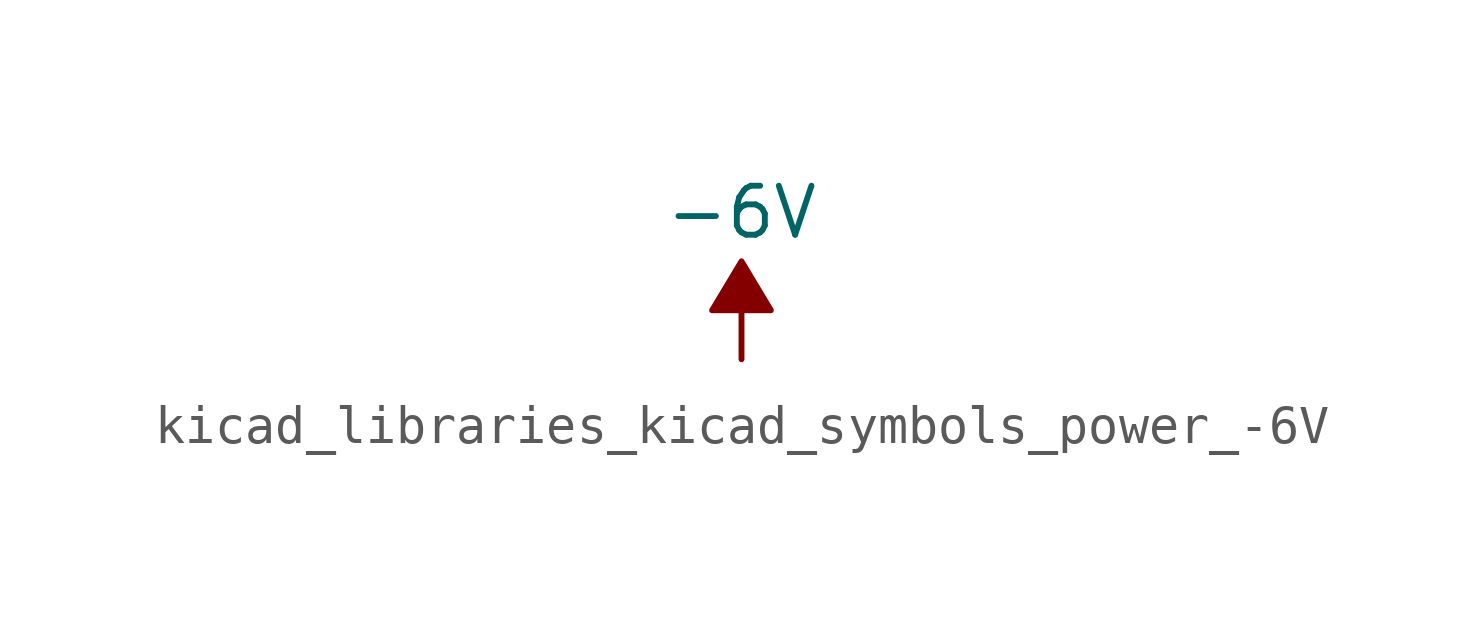
<source format=kicad_sym>
(kicad_symbol_lib
  (version 20220914)
  (generator kicad_symbol_editor)
  (symbol "kicad_libraries_kicad_symbols_power_-6V"
    (power)
    (pin_names
      (offset 0))
    (property "Reference" "#PWR"
      (at 0 2.54 0)
      (effects (font (size 1.27 1.27)) hide))
    (property "Value" "-6V"
      (at 0 3.81 0)
      (effects (font (size 1.27 1.27))))
    (symbol "kicad_libraries_kicad_symbols_power_-6V_0_0"
      (pin power_in line (at 0 0 90) (length 0) hide (name "-6V" (effects (font (size 1.27 1.27)))) (number "1" (effects (font (size 1.27 1.27))))))
    (symbol "kicad_libraries_kicad_symbols_power_-6V_0_1"
      (polyline (pts (xy 0 0) (xy 0 1.27) (xy 0.762 1.27) (xy 0 2.54) (xy -0.762 1.27) (xy 0 1.27)) (stroke (width 0) (type default)) (fill (type outline))))))
</source>
